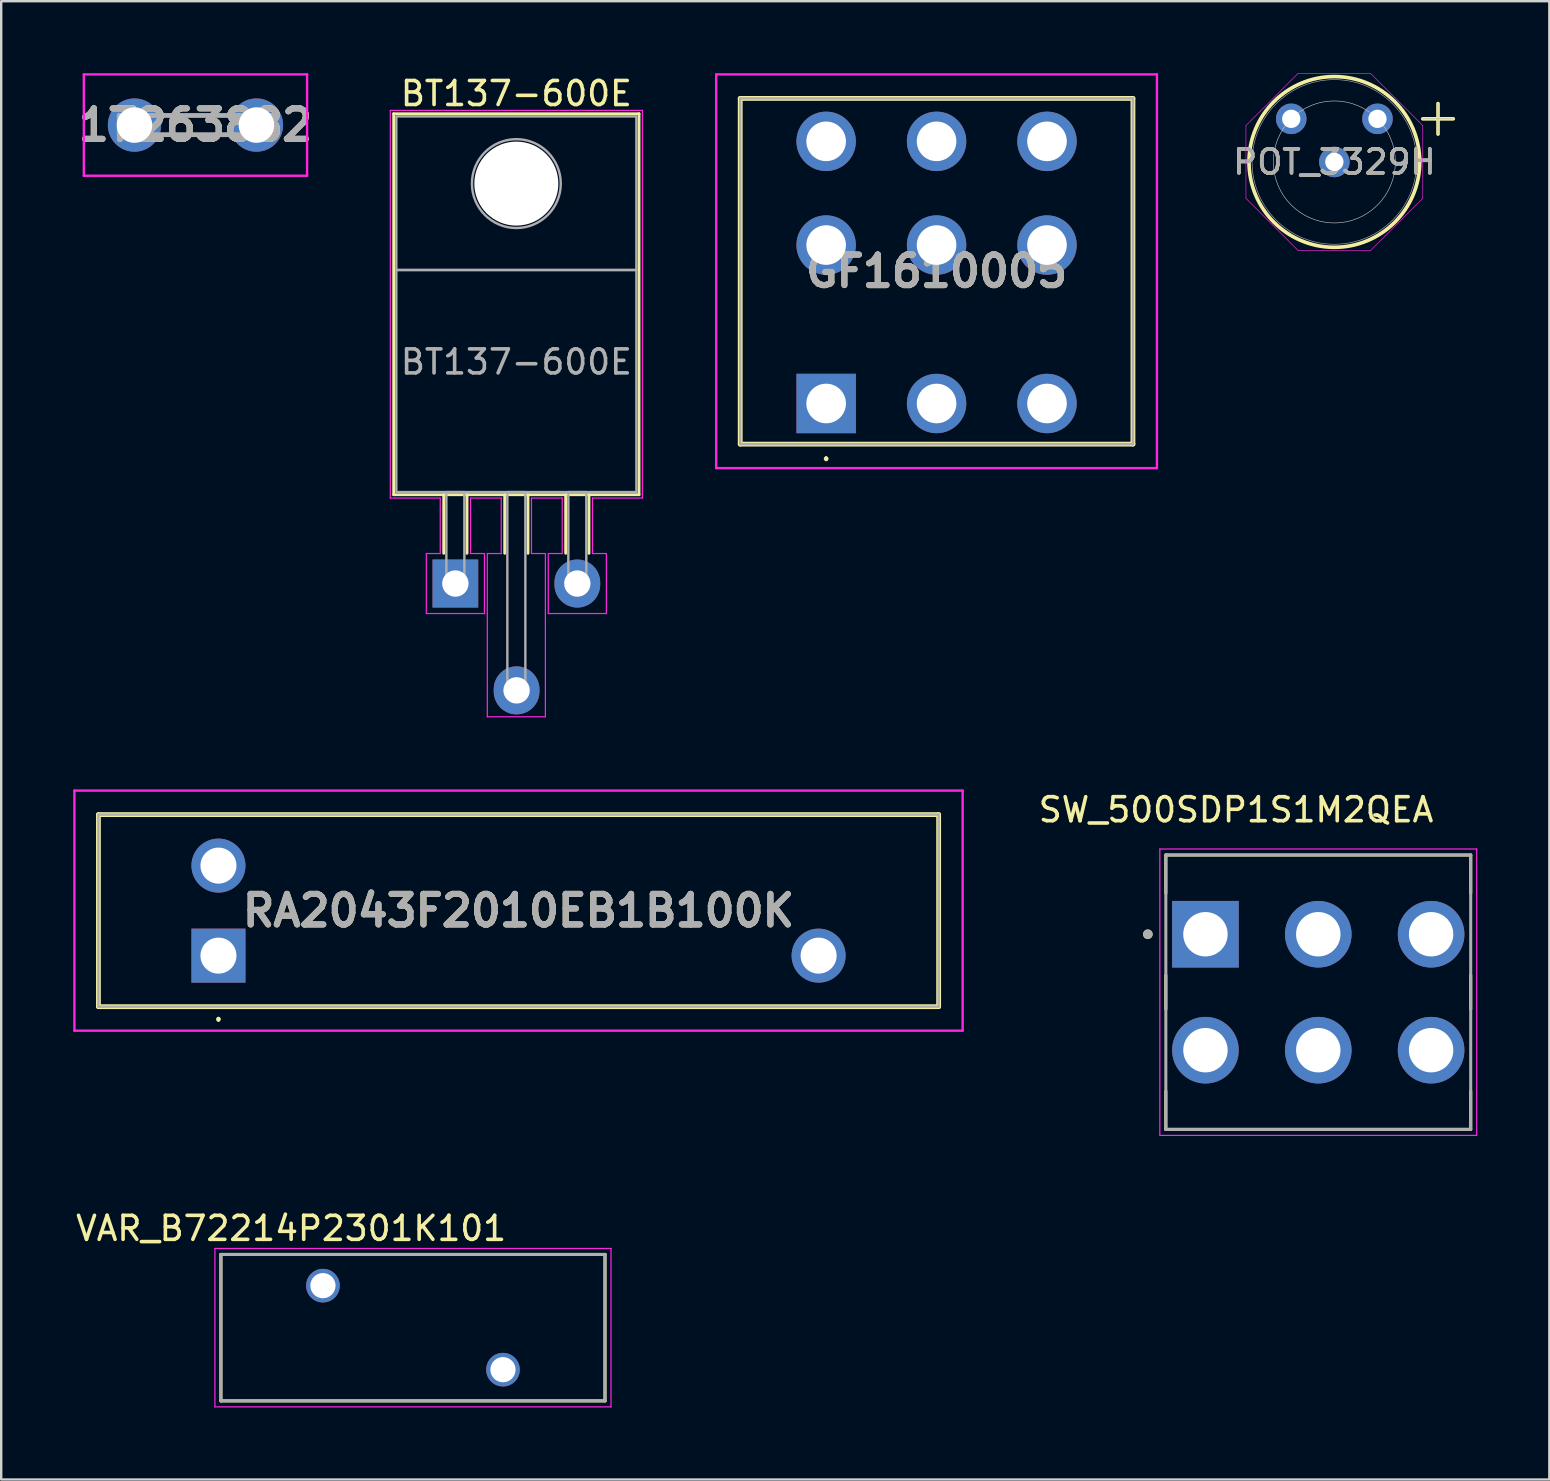
<source format=kicad_pcb>
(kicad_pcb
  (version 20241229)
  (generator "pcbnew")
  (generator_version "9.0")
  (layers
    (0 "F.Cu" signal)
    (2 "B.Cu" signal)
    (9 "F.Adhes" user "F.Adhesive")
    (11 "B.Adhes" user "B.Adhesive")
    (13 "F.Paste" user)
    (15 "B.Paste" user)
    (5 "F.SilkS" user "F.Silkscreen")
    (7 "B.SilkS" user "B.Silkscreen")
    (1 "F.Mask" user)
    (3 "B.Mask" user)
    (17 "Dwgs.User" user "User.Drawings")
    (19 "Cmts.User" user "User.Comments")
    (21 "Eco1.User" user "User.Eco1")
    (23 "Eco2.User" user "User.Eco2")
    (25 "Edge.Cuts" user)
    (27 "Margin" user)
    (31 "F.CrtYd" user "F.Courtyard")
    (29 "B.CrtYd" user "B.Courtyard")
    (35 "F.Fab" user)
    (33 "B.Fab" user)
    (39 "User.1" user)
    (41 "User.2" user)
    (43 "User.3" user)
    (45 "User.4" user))
  (footprint "POT_3329H"
    (layer "F.Cu")
    (at 54.33 1.9)
    (property "Reference" "POT_3329H" (at -1.796 1.796 0) (unlocked yes) (layer "F.SilkS") (effects (font (size 1 1) (thickness 0.15))))
    (attr through_hole)
    (fp_line (start 1.887 0) (end 3.157 0) (stroke (width 0.152) (type solid)) (layer "F.SilkS"))
    (fp_line (start 2.522 -0.635) (end 2.522 0.635) (stroke (width 0.152) (type solid)) (layer "F.SilkS"))
    (fp_circle (center -1.796 1.796) (end 1.76 1.796) (stroke (width 0.152) (type solid)) (fill no) (layer "F.SilkS"))
    (fp_circle (center -1.796 1.796) (end 0.744 1.796) (stroke (width 0.025) (type solid)) (fill no) (layer "Dwgs.User"))
    (fp_line (start -5.479 0.28) (end -3.313 -1.887) (stroke (width 0.025) (type solid)) (layer "F.CrtYd"))
    (fp_line (start -5.479 3.313) (end -5.479 0.28) (stroke (width 0.025) (type solid)) (layer "F.CrtYd"))
    (fp_line (start -3.313 -1.887) (end -0.28 -1.887) (stroke (width 0.025) (type solid)) (layer "F.CrtYd"))
    (fp_line (start -3.313 5.479) (end -5.479 3.313) (stroke (width 0.025) (type solid)) (layer "F.CrtYd"))
    (fp_line (start -0.28 -1.887) (end 1.887 0.28) (stroke (width 0.025) (type solid)) (layer "F.CrtYd"))
    (fp_line (start -0.28 5.479) (end -3.313 5.479) (stroke (width 0.025) (type solid)) (layer "F.CrtYd"))
    (fp_line (start 1.887 0.28) (end 1.887 3.313) (stroke (width 0.025) (type solid)) (layer "F.CrtYd"))
    (fp_line (start 1.887 3.313) (end -0.28 5.479) (stroke (width 0.025) (type solid)) (layer "F.CrtYd"))
    (fp_line (start 1.887 0) (end 3.157 0) (stroke (width 0.025) (type solid)) (layer "F.Fab"))
    (fp_line (start 2.522 -0.635) (end 2.522 0.635) (stroke (width 0.025) (type solid)) (layer "F.Fab"))
    (fp_circle (center -1.796 1.796) (end 1.633 1.796) (stroke (width 0.025) (type solid)) (fill no) (layer "F.Fab"))
    (fp_text user "${REFERENCE}" (at -1.796 1.796 0) (unlocked yes) (layer "F.Fab") (effects (font (size 1 1) (thickness 0.15))))
    (pad "1" thru_hole circle (at 0 0) (size 1.27 1.27) (drill 0.762) (layers "*.Cu" "*.Mask"))
    (pad "2" thru_hole circle (at -1.796 1.796) (size 1.27 1.27) (drill 0.762) (layers "*.Cu" "*.Mask"))
    (pad "3" thru_hole circle (at -3.592 0) (size 1.27 1.27) (drill 0.762) (layers "*.Cu" "*.Mask")))
  (footprint "VAR_B72214P2301K101"
    (layer "F.Cu")
    (at 14.152 52.255)
    (property "Reference" "VAR_B72214P2301K101" (at -5.075 -4.135 0) (layer "F.SilkS") (effects (font (size 1 1) (thickness 0.15))))
    (attr through_hole)
    (fp_line (start -8 -3.05) (end -8 3.05) (stroke (width 0.127) (type solid)) (layer "F.SilkS"))
    (fp_line (start -8 -3.05) (end 8 -3.05) (stroke (width 0.127) (type solid)) (layer "F.SilkS"))
    (fp_line (start -8 3.05) (end 8 3.05) (stroke (width 0.127) (type solid)) (layer "F.SilkS"))
    (fp_line (start 8 -3.05) (end 8 3.05) (stroke (width 0.127) (type solid)) (layer "F.SilkS"))
    (fp_line (start -8.25 -3.3) (end -8.25 3.3) (stroke (width 0.05) (type solid)) (layer "F.CrtYd"))
    (fp_line (start -8.25 -3.3) (end 8.25 -3.3) (stroke (width 0.05) (type solid)) (layer "F.CrtYd"))
    (fp_line (start 8.25 -3.3) (end 8.25 3.3) (stroke (width 0.05) (type solid)) (layer "F.CrtYd"))
    (fp_line (start 8.25 3.3) (end -8.25 3.3) (stroke (width 0.05) (type solid)) (layer "F.CrtYd"))
    (fp_line (start -8 -3.05) (end -8 3.05) (stroke (width 0.127) (type solid)) (layer "F.Fab"))
    (fp_line (start -8 -3.05) (end 8 -3.05) (stroke (width 0.127) (type solid)) (layer "F.Fab"))
    (fp_line (start 8 -3.05) (end 8 3.05) (stroke (width 0.127) (type solid)) (layer "F.Fab"))
    (fp_line (start 8 3.05) (end -8 3.05) (stroke (width 0.127) (type solid)) (layer "F.Fab"))
    (pad "1" thru_hole circle (at -3.75 -1.75) (size 1.4 1.4) (drill 1.05) (layers "*.Cu" "*.Mask"))
    (pad "2" thru_hole circle (at 3.75 1.75) (size 1.4 1.4) (drill 1.05) (layers "*.Cu" "*.Mask")))
  (footprint "RA2043F2010EB1B100K"
    (layer "F.Cu")
    (at 6.05 36.758)
    (property "Reference" "RA2043F2010EB1B100K" (at 12.5 -1.875 0) (layer "F.SilkS") (effects (font (size 1.27 1.27) (thickness 0.254))))
    (attr through_hole)
    (fp_line (start -5 -5.875) (end 30 -5.875) (stroke (width 0.2) (type solid)) (layer "F.SilkS"))
    (fp_line (start -5 2.125) (end -5 -5.875) (stroke (width 0.2) (type solid)) (layer "F.SilkS"))
    (fp_line (start 0 2.6) (end 0 2.6) (stroke (width 0.1) (type solid)) (layer "F.SilkS"))
    (fp_line (start 0 2.7) (end 0 2.7) (stroke (width 0.1) (type solid)) (layer "F.SilkS"))
    (fp_line (start 30 -5.875) (end 30 2.125) (stroke (width 0.2) (type solid)) (layer "F.SilkS"))
    (fp_line (start 30 2.125) (end -5 2.125) (stroke (width 0.2) (type solid)) (layer "F.SilkS"))
    (fp_arc (start 0 2.6) (mid 0.05 2.65) (end 0 2.7) (stroke (width 0.1) (type solid)) (layer "F.SilkS"))
    (fp_arc (start 0 2.7) (mid -0.05 2.65) (end 0 2.6) (stroke (width 0.1) (type solid)) (layer "F.SilkS"))
    (fp_line (start -6 -6.875) (end 31 -6.875) (stroke (width 0.1) (type solid)) (layer "F.CrtYd"))
    (fp_line (start -6 3.125) (end -6 -6.875) (stroke (width 0.1) (type solid)) (layer "F.CrtYd"))
    (fp_line (start 31 -6.875) (end 31 3.125) (stroke (width 0.1) (type solid)) (layer "F.CrtYd"))
    (fp_line (start 31 3.125) (end -6 3.125) (stroke (width 0.1) (type solid)) (layer "F.CrtYd"))
    (fp_line (start -5 -5.875) (end 30 -5.875) (stroke (width 0.1) (type solid)) (layer "F.Fab"))
    (fp_line (start -5 2.125) (end -5 -5.875) (stroke (width 0.1) (type solid)) (layer "F.Fab"))
    (fp_line (start 30 -5.875) (end 30 2.125) (stroke (width 0.1) (type solid)) (layer "F.Fab"))
    (fp_line (start 30 2.125) (end -5 2.125) (stroke (width 0.1) (type solid)) (layer "F.Fab"))
    (fp_text user "${REFERENCE}" (at 12.5 -1.875 0) (layer "F.Fab") (effects (font (size 1.27 1.27) (thickness 0.254))))
    (pad "1" thru_hole rect (at 0 0) (size 2.25 2.25) (drill 1.5) (layers "*.Cu" "*.Mask"))
    (pad "2" thru_hole circle (at 0 -3.75) (size 2.25 2.25) (drill 1.5) (layers "*.Cu" "*.Mask"))
    (pad "3" thru_hole circle (at 25 0) (size 2.25 2.25) (drill 1.5) (layers "*.Cu" "*.Mask")))
  (footprint "GF1610005"
    (layer "F.Cu")
    (at 31.364 13.758)
    (property "Reference" "GF1610005" (at 4.6 -5.508 0) (layer "F.SilkS") (effects (font (size 1.27 1.27) (thickness 0.254))))
    (attr through_hole)
    (fp_line (start -3.58 -12.708) (end 12.78 -12.708) (stroke (width 0.2) (type solid)) (layer "F.SilkS"))
    (fp_line (start -3.58 1.692) (end -3.58 -12.708) (stroke (width 0.2) (type solid)) (layer "F.SilkS"))
    (fp_line (start 0 2.252) (end 0 2.252) (stroke (width 0.1) (type solid)) (layer "F.SilkS"))
    (fp_line (start 0 2.352) (end 0 2.352) (stroke (width 0.1) (type solid)) (layer "F.SilkS"))
    (fp_line (start 12.78 -12.708) (end 12.78 1.692) (stroke (width 0.2) (type solid)) (layer "F.SilkS"))
    (fp_line (start 12.78 1.692) (end -3.58 1.692) (stroke (width 0.2) (type solid)) (layer "F.SilkS"))
    (fp_arc (start 0 2.252) (mid 0.05 2.302) (end 0 2.352) (stroke (width 0.1) (type solid)) (layer "F.SilkS"))
    (fp_arc (start 0 2.352) (mid -0.05 2.302) (end 0 2.252) (stroke (width 0.1) (type solid)) (layer "F.SilkS"))
    (fp_line (start -4.58 -13.708) (end 13.78 -13.708) (stroke (width 0.1) (type solid)) (layer "F.CrtYd"))
    (fp_line (start -4.58 2.692) (end -4.58 -13.708) (stroke (width 0.1) (type solid)) (layer "F.CrtYd"))
    (fp_line (start 13.78 -13.708) (end 13.78 2.692) (stroke (width 0.1) (type solid)) (layer "F.CrtYd"))
    (fp_line (start 13.78 2.692) (end -4.58 2.692) (stroke (width 0.1) (type solid)) (layer "F.CrtYd"))
    (fp_line (start -3.58 -12.708) (end 12.78 -12.708) (stroke (width 0.1) (type solid)) (layer "F.Fab"))
    (fp_line (start -3.58 1.692) (end -3.58 -12.708) (stroke (width 0.1) (type solid)) (layer "F.Fab"))
    (fp_line (start 12.78 -12.708) (end 12.78 1.692) (stroke (width 0.1) (type solid)) (layer "F.Fab"))
    (fp_line (start 12.78 1.692) (end -3.58 1.692) (stroke (width 0.1) (type solid)) (layer "F.Fab"))
    (fp_text user "${REFERENCE}" (at 4.6 -5.508 0) (layer "F.Fab") (effects (font (size 1.27 1.27) (thickness 0.254))))
    (pad "1" thru_hole rect (at 0 0) (size 2.475 2.475) (drill 1.65) (layers "*.Cu" "*.Mask"))
    (pad "2" thru_hole circle (at 4.6 0) (size 2.475 2.475) (drill 1.65) (layers "*.Cu" "*.Mask"))
    (pad "3" thru_hole circle (at 9.2 0) (size 2.475 2.475) (drill 1.65) (layers "*.Cu" "*.Mask"))
    (pad "4" thru_hole circle (at 0 -6.6) (size 2.475 2.475) (drill 1.65) (layers "*.Cu" "*.Mask"))
    (pad "5" thru_hole circle (at 4.6 -6.6) (size 2.475 2.475) (drill 1.65) (layers "*.Cu" "*.Mask"))
    (pad "6" thru_hole circle (at 9.2 -6.6) (size 2.475 2.475) (drill 1.65) (layers "*.Cu" "*.Mask"))
    (pad "7" thru_hole circle (at 0 -10.92) (size 2.475 2.475) (drill 1.65) (layers "*.Cu" "*.Mask"))
    (pad "8" thru_hole circle (at 4.6 -10.92) (size 2.475 2.475) (drill 1.65) (layers "*.Cu" "*.Mask"))
    (pad "9" thru_hole circle (at 9.2 -10.92) (size 2.475 2.475) (drill 1.65) (layers "*.Cu" "*.Mask")))
  (footprint "17263882"
    (layer "F.Cu")
    (at 5.092 2.16)
    (property "Reference" "17263882" (at 0 0 0) (layer "F.SilkS") (effects (font (size 1.27 1.27) (thickness 0.254))))
    (attr through_hole)
    (fp_line (start -1 -0.4) (end 1 -0.4) (stroke (width 0.1) (type solid)) (layer "F.SilkS"))
    (fp_line (start -1 0.4) (end 1 0.4) (stroke (width 0.1) (type solid)) (layer "F.SilkS"))
    (fp_line (start -4.65 -2.11) (end 4.65 -2.11) (stroke (width 0.1) (type solid)) (layer "F.CrtYd"))
    (fp_line (start -4.65 2.11) (end -4.65 -2.11) (stroke (width 0.1) (type solid)) (layer "F.CrtYd"))
    (fp_line (start 4.65 -2.11) (end 4.65 2.11) (stroke (width 0.1) (type solid)) (layer "F.CrtYd"))
    (fp_line (start 4.65 2.11) (end -4.65 2.11) (stroke (width 0.1) (type solid)) (layer "F.CrtYd"))
    (fp_line (start -3.175 -0.4) (end 3.175 -0.4) (stroke (width 0.2) (type solid)) (layer "F.Fab"))
    (fp_line (start -3.175 0.4) (end -3.175 -0.4) (stroke (width 0.2) (type solid)) (layer "F.Fab"))
    (fp_line (start 3.175 -0.4) (end 3.175 0.4) (stroke (width 0.2) (type solid)) (layer "F.Fab"))
    (fp_line (start 3.175 0.4) (end -3.175 0.4) (stroke (width 0.2) (type solid)) (layer "F.Fab"))
    (fp_text user "${REFERENCE}" (at 0 0 0) (layer "F.Fab") (effects (font (size 1.27 1.27) (thickness 0.254))))
    (pad "1" thru_hole circle (at -2.54 0) (size 2.22 2.22) (drill 1.48) (layers "*.Cu" "*.Mask"))
    (pad "2" thru_hole circle (at 2.54 0) (size 2.22 2.22) (drill 1.48) (layers "*.Cu" "*.Mask")))
  (footprint "BT137-600E"
    (layer "F.Cu")
    (at 15.919 21.258)
    (property "Reference" "BT137-600E" (at 2.54 -20.41 0) (layer "F.SilkS") (effects (font (size 1 1) (thickness 0.15))))
    (attr through_hole)
    (fp_line (start -2.57 -19.57) (end 7.65 -19.57) (stroke (width 0.12) (type solid)) (layer "F.SilkS"))
    (fp_line (start -2.57 -3.7) (end -2.57 -19.57) (stroke (width 0.12) (type solid)) (layer "F.SilkS"))
    (fp_line (start -2.57 -3.7) (end 7.65 -3.7) (stroke (width 0.12) (type solid)) (layer "F.SilkS"))
    (fp_line (start -0.485 -3.7) (end -0.485 -1.26) (stroke (width 0.12) (type solid)) (layer "F.SilkS"))
    (fp_line (start 0.485 -3.7) (end 0.485 -1.26) (stroke (width 0.12) (type solid)) (layer "F.SilkS"))
    (fp_line (start 2.055 -3.7) (end 2.055 -1.26) (stroke (width 0.12) (type solid)) (layer "F.SilkS"))
    (fp_line (start 3.025 -3.7) (end 3.025 -1.26) (stroke (width 0.12) (type solid)) (layer "F.SilkS"))
    (fp_line (start 4.595 -3.7) (end 4.595 -1.26) (stroke (width 0.12) (type solid)) (layer "F.SilkS"))
    (fp_line (start 5.565 -3.7) (end 5.565 -1.26) (stroke (width 0.12) (type solid)) (layer "F.SilkS"))
    (fp_line (start 7.65 -3.7) (end 7.65 -19.57) (stroke (width 0.12) (type solid)) (layer "F.SilkS"))
    (fp_line (start -2.71 -19.71) (end 7.79 -19.71) (stroke (width 0.05) (type solid)) (layer "F.CrtYd"))
    (fp_line (start -2.71 -3.56) (end -2.71 -19.71) (stroke (width 0.05) (type solid)) (layer "F.CrtYd"))
    (fp_line (start -1.21 -1.25) (end -0.63 -1.25) (stroke (width 0.05) (type solid)) (layer "F.CrtYd"))
    (fp_line (start -1.21 1.25) (end -1.21 -1.25) (stroke (width 0.05) (type solid)) (layer "F.CrtYd"))
    (fp_line (start -0.63 -3.56) (end -2.71 -3.56) (stroke (width 0.05) (type solid)) (layer "F.CrtYd"))
    (fp_line (start -0.63 -1.25) (end -0.63 -3.56) (stroke (width 0.05) (type solid)) (layer "F.CrtYd"))
    (fp_line (start 0.63 -3.56) (end 0.63 -1.25) (stroke (width 0.05) (type solid)) (layer "F.CrtYd"))
    (fp_line (start 0.63 -1.25) (end 1.21 -1.25) (stroke (width 0.05) (type solid)) (layer "F.CrtYd"))
    (fp_line (start 1.21 -1.25) (end 1.21 1.25) (stroke (width 0.05) (type solid)) (layer "F.CrtYd"))
    (fp_line (start 1.21 1.25) (end -1.21 1.25) (stroke (width 0.05) (type solid)) (layer "F.CrtYd"))
    (fp_line (start 1.33 -1.25) (end 1.91 -1.25) (stroke (width 0.05) (type solid)) (layer "F.CrtYd"))
    (fp_line (start 1.33 1.25) (end 1.33 -1.25) (stroke (width 0.05) (type solid)) (layer "F.CrtYd"))
    (fp_line (start 1.33 1.25) (end 1.33 5.55) (stroke (width 0.05) (type default)) (layer "F.CrtYd"))
    (fp_line (start 1.91 -3.56) (end 0.63 -3.56) (stroke (width 0.05) (type solid)) (layer "F.CrtYd"))
    (fp_line (start 1.91 -1.25) (end 1.91 -3.56) (stroke (width 0.05) (type solid)) (layer "F.CrtYd"))
    (fp_line (start 3.17 -3.56) (end 3.17 -1.25) (stroke (width 0.05) (type solid)) (layer "F.CrtYd"))
    (fp_line (start 3.17 -1.25) (end 3.75 -1.25) (stroke (width 0.05) (type solid)) (layer "F.CrtYd"))
    (fp_line (start 3.75 -1.25) (end 3.75 1.25) (stroke (width 0.05) (type solid)) (layer "F.CrtYd"))
    (fp_line (start 3.75 5.55) (end 1.33 5.55) (stroke (width 0.05) (type solid)) (layer "F.CrtYd"))
    (fp_line (start 3.75 5.55) (end 3.75 1.25) (stroke (width 0.05) (type default)) (layer "F.CrtYd"))
    (fp_line (start 3.87 -1.25) (end 4.45 -1.25) (stroke (width 0.05) (type solid)) (layer "F.CrtYd"))
    (fp_line (start 3.87 1.25) (end 3.87 -1.25) (stroke (width 0.05) (type solid)) (layer "F.CrtYd"))
    (fp_line (start 4.45 -3.56) (end 3.17 -3.56) (stroke (width 0.05) (type solid)) (layer "F.CrtYd"))
    (fp_line (start 4.45 -1.25) (end 4.45 -3.56) (stroke (width 0.05) (type solid)) (layer "F.CrtYd"))
    (fp_line (start 5.71 -3.56) (end 5.71 -1.25) (stroke (width 0.05) (type solid)) (layer "F.CrtYd"))
    (fp_line (start 5.71 -1.25) (end 6.29 -1.25) (stroke (width 0.05) (type solid)) (layer "F.CrtYd"))
    (fp_line (start 6.29 -1.25) (end 6.29 1.25) (stroke (width 0.05) (type solid)) (layer "F.CrtYd"))
    (fp_line (start 6.29 1.25) (end 3.87 1.25) (stroke (width 0.05) (type solid)) (layer "F.CrtYd"))
    (fp_line (start 7.79 -19.71) (end 7.79 -3.56) (stroke (width 0.05) (type solid)) (layer "F.CrtYd"))
    (fp_line (start 7.79 -3.56) (end 5.71 -3.56) (stroke (width 0.05) (type solid)) (layer "F.CrtYd"))
    (fp_rect (start -2.46 -19.46) (end 7.54 -13.06) (stroke (width 0.1) (type solid)) (fill no) (layer "F.Fab"))
    (fp_rect (start -2.46 -13.06) (end 7.54 -3.81) (stroke (width 0.1) (type solid)) (fill no) (layer "F.Fab"))
    (fp_rect (start -0.375 -3.81) (end 0.375 0) (stroke (width 0.1) (type solid)) (fill no) (layer "F.Fab"))
    (fp_rect (start 2.165 -3.81) (end 2.915 4.65) (stroke (width 0.1) (type solid)) (fill no) (layer "F.Fab"))
    (fp_rect (start 4.705 -3.81) (end 5.455 0) (stroke (width 0.1) (type solid)) (fill no) (layer "F.Fab"))
    (fp_circle (center 2.54 -16.66) (end 4.39 -16.66) (stroke (width 0.1) (type solid)) (fill no) (layer "F.Fab"))
    (fp_text user "${REFERENCE}" (at 2.54 -9.23 0) (layer "F.Fab") (effects (font (size 1 1) (thickness 0.15))))
    (pad "" np_thru_hole circle (at 2.54 -16.66) (size 3.5 3.5) (drill 3.5) (layers "*.Cu" "*.Mask"))
    (pad "1" thru_hole rect (at 0 0) (size 1.905 2) (drill 1.1) (layers "*.Cu" "*.Mask"))
    (pad "2" thru_hole oval (at 2.55 4.45) (size 1.905 2) (drill 1.1) (layers "*.Cu" "*.Mask"))
    (pad "3" thru_hole oval (at 5.08 0) (size 1.905 2) (drill 1.1) (layers "*.Cu" "*.Mask")))
  (footprint "SW_500SDP1S1M2QEA"
    (layer "F.Cu")
    (at 51.864 38.282)
    (property "Reference" "SW_500SDP1S1M2QEA" (at -3.425 -7.6 0) (layer "F.SilkS") (effects (font (size 1 1) (thickness 0.15))))
    (attr through_hole)
    (fp_line (start -6.35 -5.715) (end -6.35 -4.122) (stroke (width 0.127) (type solid)) (layer "F.SilkS"))
    (fp_line (start -6.35 -0.708) (end -6.35 0.708) (stroke (width 0.127) (type solid)) (layer "F.SilkS"))
    (fp_line (start -6.35 5.715) (end -6.35 4.122) (stroke (width 0.127) (type solid)) (layer "F.SilkS"))
    (fp_line (start -6.35 5.715) (end 6.35 5.715) (stroke (width 0.127) (type solid)) (layer "F.SilkS"))
    (fp_line (start 6.35 -5.715) (end -6.35 -5.715) (stroke (width 0.127) (type solid)) (layer "F.SilkS"))
    (fp_line (start 6.35 -4.122) (end 6.35 -5.715) (stroke (width 0.127) (type solid)) (layer "F.SilkS"))
    (fp_line (start 6.35 -0.708) (end 6.35 0.708) (stroke (width 0.127) (type solid)) (layer "F.SilkS"))
    (fp_line (start 6.35 5.715) (end 6.35 4.122) (stroke (width 0.127) (type solid)) (layer "F.SilkS"))
    (fp_circle (center -7.1 -2.415) (end -7 -2.415) (stroke (width 0.2) (type solid)) (fill no) (layer "F.SilkS"))
    (fp_line (start -6.6 -5.965) (end -6.6 5.965) (stroke (width 0.05) (type solid)) (layer "F.CrtYd"))
    (fp_line (start -6.6 5.965) (end 6.6 5.965) (stroke (width 0.05) (type solid)) (layer "F.CrtYd"))
    (fp_line (start 6.6 -5.965) (end -6.6 -5.965) (stroke (width 0.05) (type solid)) (layer "F.CrtYd"))
    (fp_line (start 6.6 5.965) (end 6.6 -5.965) (stroke (width 0.05) (type solid)) (layer "F.CrtYd"))
    (fp_line (start -6.35 -5.715) (end -6.35 5.715) (stroke (width 0.127) (type solid)) (layer "F.Fab"))
    (fp_line (start -6.35 5.715) (end 6.35 5.715) (stroke (width 0.127) (type solid)) (layer "F.Fab"))
    (fp_line (start 6.35 -5.715) (end -6.35 -5.715) (stroke (width 0.127) (type solid)) (layer "F.Fab"))
    (fp_line (start 6.35 5.715) (end 6.35 -5.715) (stroke (width 0.127) (type solid)) (layer "F.Fab"))
    (fp_circle (center -7.1 -2.415) (end -7 -2.415) (stroke (width 0.2) (type solid)) (fill no) (layer "F.Fab"))
    (pad "1" thru_hole rect (at -4.7 -2.415) (size 2.775 2.775) (drill 1.85) (layers "*.Cu" "*.Mask"))
    (pad "2" thru_hole circle (at 0 -2.415) (size 2.775 2.775) (drill 1.85) (layers "*.Cu" "*.Mask"))
    (pad "3" thru_hole circle (at 4.7 -2.415) (size 2.775 2.775) (drill 1.85) (layers "*.Cu" "*.Mask"))
    (pad "4" thru_hole circle (at -4.7 2.415) (size 2.775 2.775) (drill 1.85) (layers "*.Cu" "*.Mask"))
    (pad "5" thru_hole circle (at 0 2.415) (size 2.775 2.775) (drill 1.85) (layers "*.Cu" "*.Mask"))
    (pad "6" thru_hole circle (at 4.7 2.415) (size 2.775 2.775) (drill 1.85) (layers "*.Cu" "*.Mask")))
  (gr_rect
    (start -3 -3)
    (end 61.489 58.58)
    (stroke (width 0.1) (type default))
    (fill no)
    (layer "Edge.Cuts")))
</source>
